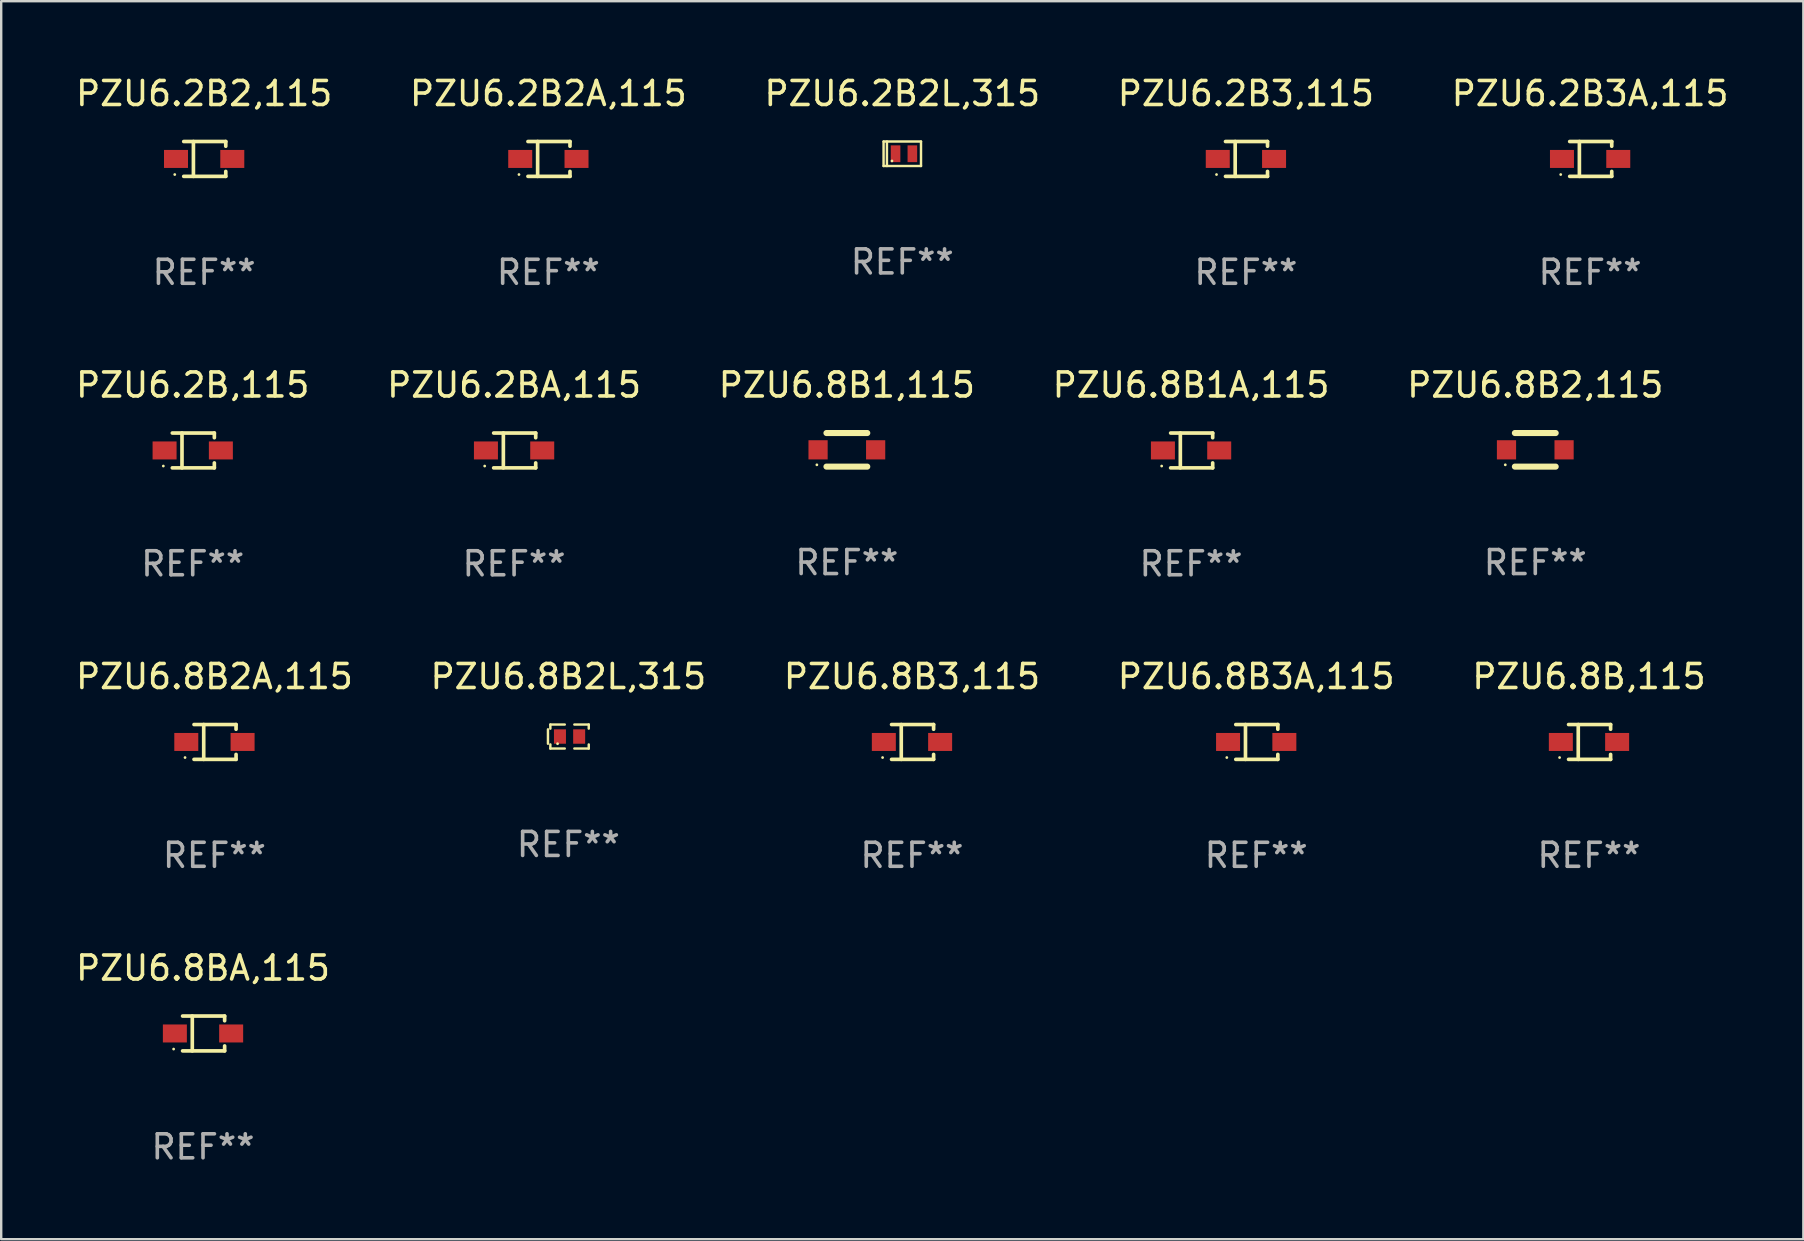
<source format=kicad_pcb>
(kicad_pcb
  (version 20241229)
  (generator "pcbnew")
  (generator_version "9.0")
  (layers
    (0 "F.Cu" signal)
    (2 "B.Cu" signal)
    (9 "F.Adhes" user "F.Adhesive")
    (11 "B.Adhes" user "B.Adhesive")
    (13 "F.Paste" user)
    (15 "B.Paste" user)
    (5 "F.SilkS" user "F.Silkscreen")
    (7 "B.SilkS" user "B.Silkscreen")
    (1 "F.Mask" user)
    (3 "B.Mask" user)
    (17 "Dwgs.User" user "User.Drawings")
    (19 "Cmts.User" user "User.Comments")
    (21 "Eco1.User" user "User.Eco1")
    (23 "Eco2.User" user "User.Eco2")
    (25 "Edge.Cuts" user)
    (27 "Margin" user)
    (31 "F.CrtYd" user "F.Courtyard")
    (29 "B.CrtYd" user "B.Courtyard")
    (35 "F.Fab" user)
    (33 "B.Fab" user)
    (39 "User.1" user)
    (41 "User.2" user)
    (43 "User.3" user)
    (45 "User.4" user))
  (footprint "PZU6.8B3A,115"
    (layer "F.Cu")
    (at 49.304 27.872)
    (property "Reference" "PZU6.8B3A,115" (at 0 -2.726 0) (layer "F.SilkS") (effects (font (size 1 1) (thickness 0.15))))
    (attr through_hole)
    (fp_line (start -0.851 -0.726) (end 0.901 -0.726) (stroke (width 0.152) (type solid)) (layer "F.SilkS"))
    (fp_line (start -0.851 0.726) (end 0.901 0.726) (stroke (width 0.152) (type solid)) (layer "F.SilkS"))
    (fp_line (start -0.447 -0.726) (end -0.447 0.726) (stroke (width 0.152) (type solid)) (layer "F.SilkS"))
    (fp_line (start 0.901 -0.726) (end 0.901 -0.53) (stroke (width 0.152) (type solid)) (layer "F.SilkS"))
    (fp_line (start 0.901 0.726) (end 0.901 0.52) (stroke (width 0.152) (type solid)) (layer "F.SilkS"))
    (fp_circle (center -1.225 0.65) (end -1.195 0.65) (stroke (width 0.06) (type solid)) (fill no) (layer "F.SilkS"))
    (fp_text user "REF**" (at 0 4.726 0) (layer "F.Fab") (effects (font (size 1 1) (thickness 0.15))))
    (pad "1" smd rect (at -1.173 0) (size 1 0.75) (layers "F.Cu" "F.Mask" "F.Paste"))
    (pad "2" smd rect (at 1.173 0) (size 1 0.75) (layers "F.Cu" "F.Mask" "F.Paste")))
  (footprint "PZU6.8B2,115"
    (layer "F.Cu")
    (at 60.935 15.697)
    (property "Reference" "PZU6.8B2,115" (at 0 -2.7 0) (layer "F.SilkS") (effects (font (size 1 1) (thickness 0.15))))
    (attr through_hole)
    (fp_line (start -0.85 -0.7) (end 0.85 -0.7) (stroke (width 0.254) (type solid)) (layer "F.SilkS"))
    (fp_line (start -0.85 0.7) (end 0.85 0.7) (stroke (width 0.254) (type solid)) (layer "F.SilkS"))
    (fp_circle (center -1.25 0.625) (end -1.22 0.625) (stroke (width 0.06) (type solid)) (fill no) (layer "F.SilkS"))
    (fp_text user "REF**" (at 0 4.7 0) (layer "F.Fab") (effects (font (size 1 1) (thickness 0.15))))
    (pad "1" smd rect (at -1.2 0) (size 0.8 0.8) (layers "F.Cu" "F.Mask" "F.Paste"))
    (pad "2" smd rect (at 1.2 0) (size 0.8 0.8) (layers "F.Cu" "F.Mask" "F.Paste")))
  (footprint "PZU6.8BA,115"
    (layer "F.Cu")
    (at 5.411 40.021)
    (property "Reference" "PZU6.8BA,115" (at 0 -2.726 0) (layer "F.SilkS") (effects (font (size 1 1) (thickness 0.15))))
    (attr through_hole)
    (fp_line (start -0.851 -0.726) (end 0.901 -0.726) (stroke (width 0.152) (type solid)) (layer "F.SilkS"))
    (fp_line (start -0.851 0.726) (end 0.901 0.726) (stroke (width 0.152) (type solid)) (layer "F.SilkS"))
    (fp_line (start -0.447 -0.726) (end -0.447 0.726) (stroke (width 0.152) (type solid)) (layer "F.SilkS"))
    (fp_line (start 0.901 -0.726) (end 0.901 -0.53) (stroke (width 0.152) (type solid)) (layer "F.SilkS"))
    (fp_line (start 0.901 0.726) (end 0.901 0.52) (stroke (width 0.152) (type solid)) (layer "F.SilkS"))
    (fp_circle (center -1.225 0.65) (end -1.195 0.65) (stroke (width 0.06) (type solid)) (fill no) (layer "F.SilkS"))
    (fp_text user "REF**" (at 0 4.726 0) (layer "F.Fab") (effects (font (size 1 1) (thickness 0.15))))
    (pad "1" smd rect (at -1.173 0) (size 1 0.75) (layers "F.Cu" "F.Mask" "F.Paste"))
    (pad "2" smd rect (at 1.173 0) (size 1 0.75) (layers "F.Cu" "F.Mask" "F.Paste")))
  (footprint "PZU6.2B2,115"
    (layer "F.Cu")
    (at 5.458 3.574)
    (property "Reference" "PZU6.2B2,115" (at 0 -2.726 0) (layer "F.SilkS") (effects (font (size 1 1) (thickness 0.15))))
    (attr through_hole)
    (fp_line (start -0.851 -0.726) (end 0.901 -0.726) (stroke (width 0.152) (type solid)) (layer "F.SilkS"))
    (fp_line (start -0.851 0.726) (end 0.901 0.726) (stroke (width 0.152) (type solid)) (layer "F.SilkS"))
    (fp_line (start -0.447 -0.726) (end -0.447 0.726) (stroke (width 0.152) (type solid)) (layer "F.SilkS"))
    (fp_line (start 0.901 -0.726) (end 0.901 -0.53) (stroke (width 0.152) (type solid)) (layer "F.SilkS"))
    (fp_line (start 0.901 0.726) (end 0.901 0.52) (stroke (width 0.152) (type solid)) (layer "F.SilkS"))
    (fp_circle (center -1.225 0.65) (end -1.195 0.65) (stroke (width 0.06) (type solid)) (fill no) (layer "F.SilkS"))
    (fp_text user "REF**" (at 0 4.726 0) (layer "F.Fab") (effects (font (size 1 1) (thickness 0.15))))
    (pad "1" smd rect (at -1.173 0) (size 1 0.75) (layers "F.Cu" "F.Mask" "F.Paste"))
    (pad "2" smd rect (at 1.173 0) (size 1 0.75) (layers "F.Cu" "F.Mask" "F.Paste")))
  (footprint "PZU6.8B1A,115"
    (layer "F.Cu")
    (at 46.589 15.723)
    (property "Reference" "PZU6.8B1A,115" (at 0 -2.726 0) (layer "F.SilkS") (effects (font (size 1 1) (thickness 0.15))))
    (attr through_hole)
    (fp_line (start -0.851 -0.726) (end 0.901 -0.726) (stroke (width 0.152) (type solid)) (layer "F.SilkS"))
    (fp_line (start -0.851 0.726) (end 0.901 0.726) (stroke (width 0.152) (type solid)) (layer "F.SilkS"))
    (fp_line (start -0.447 -0.726) (end -0.447 0.726) (stroke (width 0.152) (type solid)) (layer "F.SilkS"))
    (fp_line (start 0.901 -0.726) (end 0.901 -0.53) (stroke (width 0.152) (type solid)) (layer "F.SilkS"))
    (fp_line (start 0.901 0.726) (end 0.901 0.52) (stroke (width 0.152) (type solid)) (layer "F.SilkS"))
    (fp_circle (center -1.225 0.65) (end -1.195 0.65) (stroke (width 0.06) (type solid)) (fill no) (layer "F.SilkS"))
    (fp_text user "REF**" (at 0 4.726 0) (layer "F.Fab") (effects (font (size 1 1) (thickness 0.15))))
    (pad "1" smd rect (at -1.173 0) (size 1 0.75) (layers "F.Cu" "F.Mask" "F.Paste"))
    (pad "2" smd rect (at 1.173 0) (size 1 0.75) (layers "F.Cu" "F.Mask" "F.Paste")))
  (footprint "PZU6.2B2L,315"
    (layer "F.Cu")
    (at 34.554 3.358)
    (property "Reference" "PZU6.2B2L,315" (at 0 -2.51 0) (layer "F.SilkS") (effects (font (size 1 1) (thickness 0.15))))
    (attr through_hole)
    (fp_line (start -0.78 -0.51) (end -0.78 0.51) (stroke (width 0.102) (type solid)) (layer "F.SilkS"))
    (fp_line (start -0.78 -0.51) (end 0.78 -0.51) (stroke (width 0.102) (type solid)) (layer "F.SilkS"))
    (fp_line (start -0.78 0.51) (end 0.78 0.51) (stroke (width 0.102) (type solid)) (layer "F.SilkS"))
    (fp_line (start -0.64 -0.51) (end -0.64 0.51) (stroke (width 0.102) (type solid)) (layer "F.SilkS"))
    (fp_line (start 0.78 -0.51) (end 0.78 0.51) (stroke (width 0.102) (type solid)) (layer "F.SilkS"))
    (fp_circle (center -0.43 0.3) (end -0.4 0.3) (stroke (width 0.06) (type solid)) (fill no) (layer "F.SilkS"))
    (fp_text user "REF**" (at 0 4.51 0) (layer "F.Fab") (effects (font (size 1 1) (thickness 0.15))))
    (pad "1" smd rect (at -0.28 0) (size 0.4 0.7) (layers "F.Cu" "F.Mask" "F.Paste"))
    (pad "2" smd rect (at 0.42 0) (size 0.4 0.7) (layers "F.Cu" "F.Mask" "F.Paste")))
  (footprint "PZU6.8B,115"
    (layer "F.Cu")
    (at 63.173 27.872)
    (property "Reference" "PZU6.8B,115" (at 0 -2.726 0) (layer "F.SilkS") (effects (font (size 1 1) (thickness 0.15))))
    (attr through_hole)
    (fp_line (start -0.851 -0.726) (end 0.901 -0.726) (stroke (width 0.152) (type solid)) (layer "F.SilkS"))
    (fp_line (start -0.851 0.726) (end 0.901 0.726) (stroke (width 0.152) (type solid)) (layer "F.SilkS"))
    (fp_line (start -0.447 -0.726) (end -0.447 0.726) (stroke (width 0.152) (type solid)) (layer "F.SilkS"))
    (fp_line (start 0.901 -0.726) (end 0.901 -0.53) (stroke (width 0.152) (type solid)) (layer "F.SilkS"))
    (fp_line (start 0.901 0.726) (end 0.901 0.52) (stroke (width 0.152) (type solid)) (layer "F.SilkS"))
    (fp_circle (center -1.225 0.65) (end -1.195 0.65) (stroke (width 0.06) (type solid)) (fill no) (layer "F.SilkS"))
    (fp_text user "REF**" (at 0 4.726 0) (layer "F.Fab") (effects (font (size 1 1) (thickness 0.15))))
    (pad "1" smd rect (at -1.173 0) (size 1 0.75) (layers "F.Cu" "F.Mask" "F.Paste"))
    (pad "2" smd rect (at 1.173 0) (size 1 0.75) (layers "F.Cu" "F.Mask" "F.Paste")))
  (footprint "PZU6.2B3,115"
    (layer "F.Cu")
    (at 48.875 3.574)
    (property "Reference" "PZU6.2B3,115" (at 0 -2.726 0) (layer "F.SilkS") (effects (font (size 1 1) (thickness 0.15))))
    (attr through_hole)
    (fp_line (start -0.851 -0.726) (end 0.901 -0.726) (stroke (width 0.152) (type solid)) (layer "F.SilkS"))
    (fp_line (start -0.851 0.726) (end 0.901 0.726) (stroke (width 0.152) (type solid)) (layer "F.SilkS"))
    (fp_line (start -0.447 -0.726) (end -0.447 0.726) (stroke (width 0.152) (type solid)) (layer "F.SilkS"))
    (fp_line (start 0.901 -0.726) (end 0.901 -0.53) (stroke (width 0.152) (type solid)) (layer "F.SilkS"))
    (fp_line (start 0.901 0.726) (end 0.901 0.52) (stroke (width 0.152) (type solid)) (layer "F.SilkS"))
    (fp_circle (center -1.225 0.65) (end -1.195 0.65) (stroke (width 0.06) (type solid)) (fill no) (layer "F.SilkS"))
    (fp_text user "REF**" (at 0 4.726 0) (layer "F.Fab") (effects (font (size 1 1) (thickness 0.15))))
    (pad "1" smd rect (at -1.173 0) (size 1 0.75) (layers "F.Cu" "F.Mask" "F.Paste"))
    (pad "2" smd rect (at 1.173 0) (size 1 0.75) (layers "F.Cu" "F.Mask" "F.Paste")))
  (footprint "PZU6.8B3,115"
    (layer "F.Cu")
    (at 34.958 27.872)
    (property "Reference" "PZU6.8B3,115" (at 0 -2.726 0) (layer "F.SilkS") (effects (font (size 1 1) (thickness 0.15))))
    (attr through_hole)
    (fp_line (start -0.851 -0.726) (end 0.901 -0.726) (stroke (width 0.152) (type solid)) (layer "F.SilkS"))
    (fp_line (start -0.851 0.726) (end 0.901 0.726) (stroke (width 0.152) (type solid)) (layer "F.SilkS"))
    (fp_line (start -0.447 -0.726) (end -0.447 0.726) (stroke (width 0.152) (type solid)) (layer "F.SilkS"))
    (fp_line (start 0.901 -0.726) (end 0.901 -0.53) (stroke (width 0.152) (type solid)) (layer "F.SilkS"))
    (fp_line (start 0.901 0.726) (end 0.901 0.52) (stroke (width 0.152) (type solid)) (layer "F.SilkS"))
    (fp_circle (center -1.225 0.65) (end -1.195 0.65) (stroke (width 0.06) (type solid)) (fill no) (layer "F.SilkS"))
    (fp_text user "REF**" (at 0 4.726 0) (layer "F.Fab") (effects (font (size 1 1) (thickness 0.15))))
    (pad "1" smd rect (at -1.173 0) (size 1 0.75) (layers "F.Cu" "F.Mask" "F.Paste"))
    (pad "2" smd rect (at 1.173 0) (size 1 0.75) (layers "F.Cu" "F.Mask" "F.Paste")))
  (footprint "PZU6.2B3A,115"
    (layer "F.Cu")
    (at 63.22 3.574)
    (property "Reference" "PZU6.2B3A,115" (at 0 -2.726 0) (layer "F.SilkS") (effects (font (size 1 1) (thickness 0.15))))
    (attr through_hole)
    (fp_line (start -0.851 -0.726) (end 0.901 -0.726) (stroke (width 0.152) (type solid)) (layer "F.SilkS"))
    (fp_line (start -0.851 0.726) (end 0.901 0.726) (stroke (width 0.152) (type solid)) (layer "F.SilkS"))
    (fp_line (start -0.447 -0.726) (end -0.447 0.726) (stroke (width 0.152) (type solid)) (layer "F.SilkS"))
    (fp_line (start 0.901 -0.726) (end 0.901 -0.53) (stroke (width 0.152) (type solid)) (layer "F.SilkS"))
    (fp_line (start 0.901 0.726) (end 0.901 0.52) (stroke (width 0.152) (type solid)) (layer "F.SilkS"))
    (fp_circle (center -1.225 0.65) (end -1.195 0.65) (stroke (width 0.06) (type solid)) (fill no) (layer "F.SilkS"))
    (fp_text user "REF**" (at 0 4.726 0) (layer "F.Fab") (effects (font (size 1 1) (thickness 0.15))))
    (pad "1" smd rect (at -1.173 0) (size 1 0.75) (layers "F.Cu" "F.Mask" "F.Paste"))
    (pad "2" smd rect (at 1.173 0) (size 1 0.75) (layers "F.Cu" "F.Mask" "F.Paste")))
  (footprint "PZU6.2BA,115"
    (layer "F.Cu")
    (at 18.375 15.723)
    (property "Reference" "PZU6.2BA,115" (at 0 -2.726 0) (layer "F.SilkS") (effects (font (size 1 1) (thickness 0.15))))
    (attr through_hole)
    (fp_line (start -0.851 -0.726) (end 0.901 -0.726) (stroke (width 0.152) (type solid)) (layer "F.SilkS"))
    (fp_line (start -0.851 0.726) (end 0.901 0.726) (stroke (width 0.152) (type solid)) (layer "F.SilkS"))
    (fp_line (start -0.447 -0.726) (end -0.447 0.726) (stroke (width 0.152) (type solid)) (layer "F.SilkS"))
    (fp_line (start 0.901 -0.726) (end 0.901 -0.53) (stroke (width 0.152) (type solid)) (layer "F.SilkS"))
    (fp_line (start 0.901 0.726) (end 0.901 0.52) (stroke (width 0.152) (type solid)) (layer "F.SilkS"))
    (fp_circle (center -1.225 0.65) (end -1.195 0.65) (stroke (width 0.06) (type solid)) (fill no) (layer "F.SilkS"))
    (fp_text user "REF**" (at 0 4.726 0) (layer "F.Fab") (effects (font (size 1 1) (thickness 0.15))))
    (pad "1" smd rect (at -1.173 0) (size 1 0.75) (layers "F.Cu" "F.Mask" "F.Paste"))
    (pad "2" smd rect (at 1.173 0) (size 1 0.75) (layers "F.Cu" "F.Mask" "F.Paste")))
  (footprint "PZU6.2B2A,115"
    (layer "F.Cu")
    (at 19.804 3.574)
    (property "Reference" "PZU6.2B2A,115" (at 0 -2.726 0) (layer "F.SilkS") (effects (font (size 1 1) (thickness 0.15))))
    (attr through_hole)
    (fp_line (start -0.851 -0.726) (end 0.901 -0.726) (stroke (width 0.152) (type solid)) (layer "F.SilkS"))
    (fp_line (start -0.851 0.726) (end 0.901 0.726) (stroke (width 0.152) (type solid)) (layer "F.SilkS"))
    (fp_line (start -0.447 -0.726) (end -0.447 0.726) (stroke (width 0.152) (type solid)) (layer "F.SilkS"))
    (fp_line (start 0.901 -0.726) (end 0.901 -0.53) (stroke (width 0.152) (type solid)) (layer "F.SilkS"))
    (fp_line (start 0.901 0.726) (end 0.901 0.52) (stroke (width 0.152) (type solid)) (layer "F.SilkS"))
    (fp_circle (center -1.225 0.65) (end -1.195 0.65) (stroke (width 0.06) (type solid)) (fill no) (layer "F.SilkS"))
    (fp_text user "REF**" (at 0 4.726 0) (layer "F.Fab") (effects (font (size 1 1) (thickness 0.15))))
    (pad "1" smd rect (at -1.173 0) (size 1 0.75) (layers "F.Cu" "F.Mask" "F.Paste"))
    (pad "2" smd rect (at 1.173 0) (size 1 0.75) (layers "F.Cu" "F.Mask" "F.Paste")))
  (footprint "PZU6.8B1,115"
    (layer "F.Cu")
    (at 32.244 15.697)
    (property "Reference" "PZU6.8B1,115" (at 0 -2.7 0) (layer "F.SilkS") (effects (font (size 1 1) (thickness 0.15))))
    (attr through_hole)
    (fp_line (start -0.85 -0.7) (end 0.85 -0.7) (stroke (width 0.254) (type solid)) (layer "F.SilkS"))
    (fp_line (start -0.85 0.7) (end 0.85 0.7) (stroke (width 0.254) (type solid)) (layer "F.SilkS"))
    (fp_circle (center -1.25 0.625) (end -1.22 0.625) (stroke (width 0.06) (type solid)) (fill no) (layer "F.SilkS"))
    (fp_text user "REF**" (at 0 4.7 0) (layer "F.Fab") (effects (font (size 1 1) (thickness 0.15))))
    (pad "1" smd rect (at -1.2 0) (size 0.8 0.8) (layers "F.Cu" "F.Mask" "F.Paste"))
    (pad "2" smd rect (at 1.2 0) (size 0.8 0.8) (layers "F.Cu" "F.Mask" "F.Paste")))
  (footprint "PZU6.2B,115"
    (layer "F.Cu")
    (at 4.982 15.723)
    (property "Reference" "PZU6.2B,115" (at 0 -2.726 0) (layer "F.SilkS") (effects (font (size 1 1) (thickness 0.15))))
    (attr through_hole)
    (fp_line (start -0.851 -0.726) (end 0.901 -0.726) (stroke (width 0.152) (type solid)) (layer "F.SilkS"))
    (fp_line (start -0.851 0.726) (end 0.901 0.726) (stroke (width 0.152) (type solid)) (layer "F.SilkS"))
    (fp_line (start -0.447 -0.726) (end -0.447 0.726) (stroke (width 0.152) (type solid)) (layer "F.SilkS"))
    (fp_line (start 0.901 -0.726) (end 0.901 -0.53) (stroke (width 0.152) (type solid)) (layer "F.SilkS"))
    (fp_line (start 0.901 0.726) (end 0.901 0.52) (stroke (width 0.152) (type solid)) (layer "F.SilkS"))
    (fp_circle (center -1.225 0.65) (end -1.195 0.65) (stroke (width 0.06) (type solid)) (fill no) (layer "F.SilkS"))
    (fp_text user "REF**" (at 0 4.726 0) (layer "F.Fab") (effects (font (size 1 1) (thickness 0.15))))
    (pad "1" smd rect (at -1.173 0) (size 1 0.75) (layers "F.Cu" "F.Mask" "F.Paste"))
    (pad "2" smd rect (at 1.173 0) (size 1 0.75) (layers "F.Cu" "F.Mask" "F.Paste")))
  (footprint "PZU6.8B2A,115"
    (layer "F.Cu")
    (at 5.887 27.872)
    (property "Reference" "PZU6.8B2A,115" (at 0 -2.726 0) (layer "F.SilkS") (effects (font (size 1 1) (thickness 0.15))))
    (attr through_hole)
    (fp_line (start -0.851 -0.726) (end 0.901 -0.726) (stroke (width 0.152) (type solid)) (layer "F.SilkS"))
    (fp_line (start -0.851 0.726) (end 0.901 0.726) (stroke (width 0.152) (type solid)) (layer "F.SilkS"))
    (fp_line (start -0.447 -0.726) (end -0.447 0.726) (stroke (width 0.152) (type solid)) (layer "F.SilkS"))
    (fp_line (start 0.901 -0.726) (end 0.901 -0.53) (stroke (width 0.152) (type solid)) (layer "F.SilkS"))
    (fp_line (start 0.901 0.726) (end 0.901 0.52) (stroke (width 0.152) (type solid)) (layer "F.SilkS"))
    (fp_circle (center -1.225 0.65) (end -1.195 0.65) (stroke (width 0.06) (type solid)) (fill no) (layer "F.SilkS"))
    (fp_text user "REF**" (at 0 4.726 0) (layer "F.Fab") (effects (font (size 1 1) (thickness 0.15))))
    (pad "1" smd rect (at -1.173 0) (size 1 0.75) (layers "F.Cu" "F.Mask" "F.Paste"))
    (pad "2" smd rect (at 1.173 0) (size 1 0.75) (layers "F.Cu" "F.Mask" "F.Paste")))
  (footprint "PZU6.8B2L,315"
    (layer "F.Cu")
    (at 20.637 27.646)
    (property "Reference" "PZU6.8B2L,315" (at 0 -2.5 0) (layer "F.SilkS") (effects (font (size 1 1) (thickness 0.15))))
    (attr through_hole)
    (fp_line (start -0.85 -0.3) (end -0.85 0.3) (stroke (width 0.102) (type solid)) (layer "F.SilkS"))
    (fp_line (start -0.75 -0.5) (end -0.75 -0.329) (stroke (width 0.102) (type solid)) (layer "F.SilkS"))
    (fp_line (start -0.75 0.329) (end -0.75 0.5) (stroke (width 0.102) (type solid)) (layer "F.SilkS"))
    (fp_line (start -0.75 0.5) (end -0.15 0.5) (stroke (width 0.102) (type solid)) (layer "F.SilkS"))
    (fp_line (start -0.15 -0.5) (end -0.75 -0.5) (stroke (width 0.102) (type solid)) (layer "F.SilkS"))
    (fp_line (start 0.25 -0.5) (end 0.85 -0.5) (stroke (width 0.102) (type solid)) (layer "F.SilkS"))
    (fp_line (start 0.85 -0.5) (end 0.85 -0.33) (stroke (width 0.102) (type solid)) (layer "F.SilkS"))
    (fp_line (start 0.85 0.33) (end 0.85 0.5) (stroke (width 0.102) (type solid)) (layer "F.SilkS"))
    (fp_line (start 0.85 0.5) (end 0.25 0.5) (stroke (width 0.102) (type solid)) (layer "F.SilkS"))
    (fp_circle (center -0.45 0.3) (end -0.42 0.3) (stroke (width 0.06) (type solid)) (fill no) (layer "F.SilkS"))
    (fp_text user "REF**" (at 0 4.5 0) (layer "F.Fab") (effects (font (size 1 1) (thickness 0.15))))
    (pad "1" smd rect (at -0.35 0) (size 0.5 0.6) (layers "F.Cu" "F.Mask" "F.Paste"))
    (pad "2" smd rect (at 0.45 0) (size 0.5 0.6) (layers "F.Cu" "F.Mask" "F.Paste")))
  (gr_rect
    (start -3 -3)
    (end 72.107 48.596)
    (stroke (width 0.1) (type default))
    (fill no)
    (layer "Edge.Cuts")))
</source>
